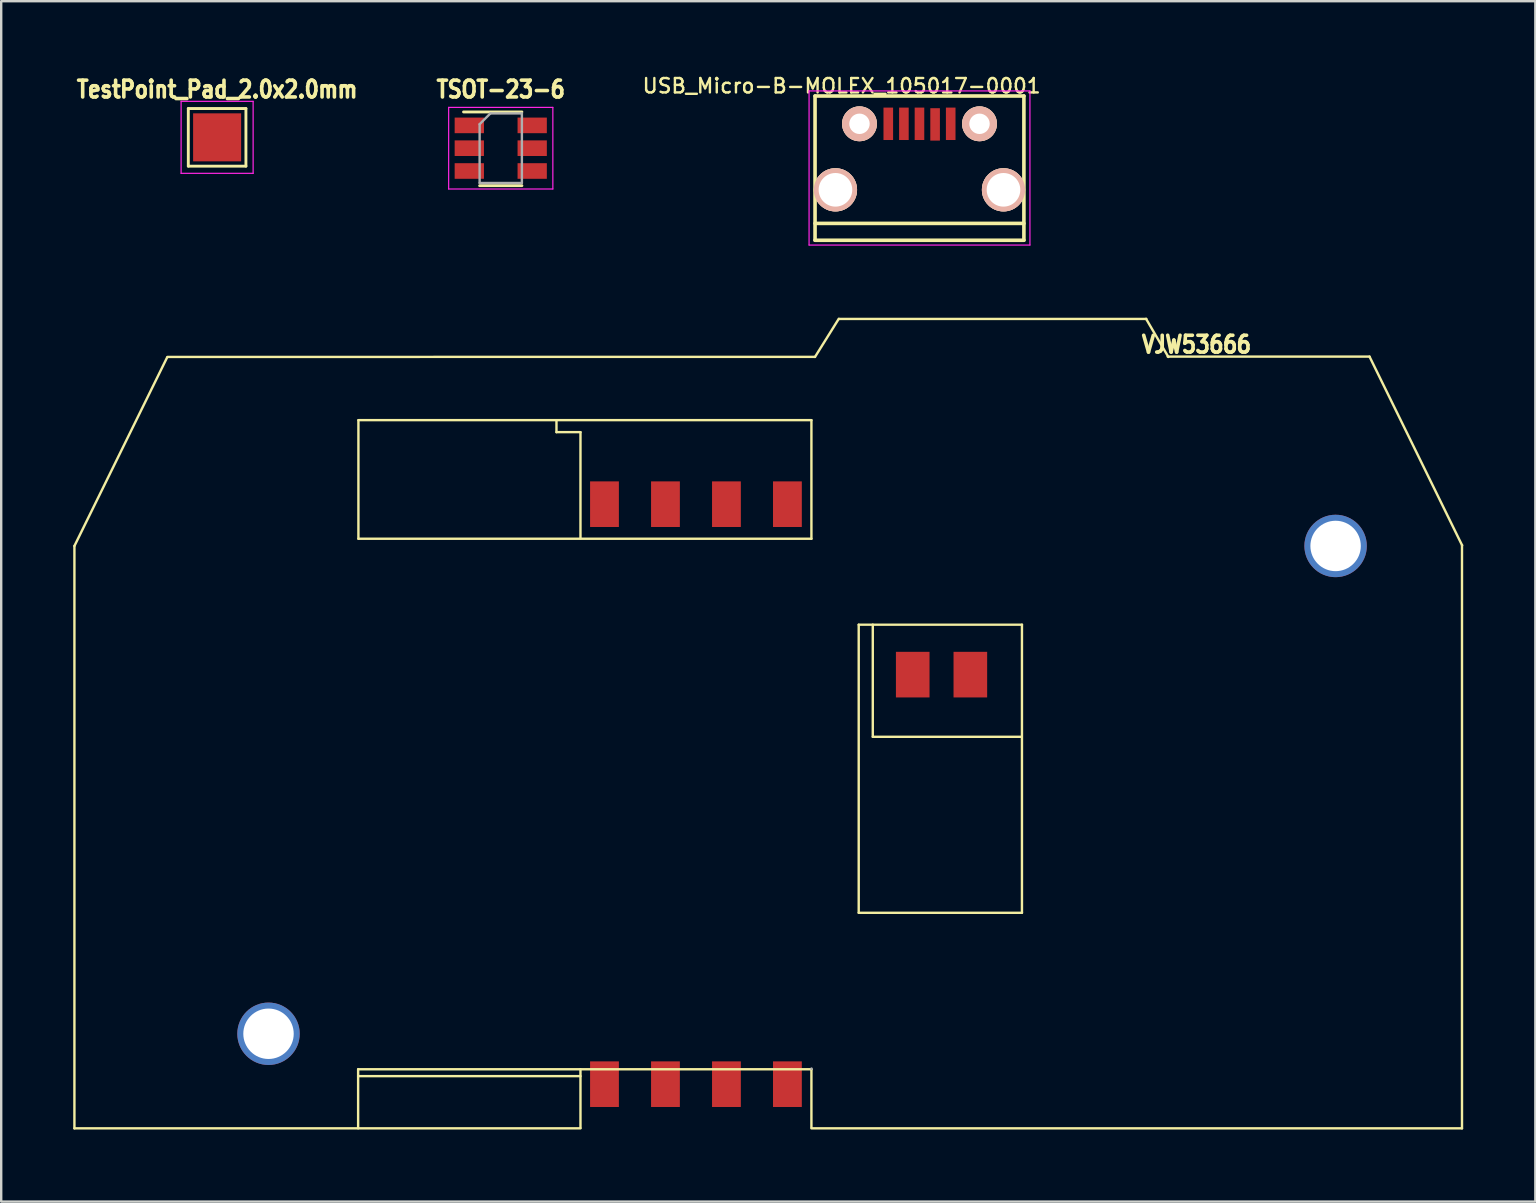
<source format=kicad_pcb>
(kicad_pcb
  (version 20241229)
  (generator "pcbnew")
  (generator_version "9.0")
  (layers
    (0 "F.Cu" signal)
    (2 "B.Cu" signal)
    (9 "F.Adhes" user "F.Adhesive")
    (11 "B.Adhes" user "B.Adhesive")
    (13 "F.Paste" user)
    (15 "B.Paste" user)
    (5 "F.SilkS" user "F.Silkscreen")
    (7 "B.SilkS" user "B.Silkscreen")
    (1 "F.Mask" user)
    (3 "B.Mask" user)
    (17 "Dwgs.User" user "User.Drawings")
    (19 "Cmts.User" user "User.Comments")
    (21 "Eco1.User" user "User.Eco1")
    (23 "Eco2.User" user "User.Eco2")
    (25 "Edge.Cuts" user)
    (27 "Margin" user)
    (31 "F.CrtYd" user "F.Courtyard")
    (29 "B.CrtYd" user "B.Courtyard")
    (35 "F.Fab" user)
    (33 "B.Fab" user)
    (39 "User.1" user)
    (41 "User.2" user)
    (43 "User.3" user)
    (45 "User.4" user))
  (footprint "USB_Micro-B-MOLEX_105017-0001"
    (layer "F.Cu")
    (at 35.252 4.807)
    (property "Reference" "USB_Micro-B-MOLEX_105017-0001" (at -3.245 -4.28 180) (layer "F.SilkS") (effects (font (size 0.6 0.6) (thickness 0.1))))
    (attr smd)
    (fp_line (start -4.351 -3.858) (end 4.349 -3.858) (stroke (width 0.15) (type solid)) (layer "F.SilkS"))
    (fp_line (start -4.351 2.15) (end -4.351 -3.858) (stroke (width 0.15) (type solid)) (layer "F.SilkS"))
    (fp_line (start -4.351 2.15) (end 4.349 2.15) (stroke (width 0.15) (type solid)) (layer "F.SilkS"))
    (fp_line (start 4.349 -3.858) (end 4.349 2.15) (stroke (width 0.15) (type solid)) (layer "F.SilkS"))
    (fp_line (start 4.349 1.45) (end -4.351 1.45) (stroke (width 0.15) (type solid)) (layer "F.SilkS"))
    (fp_line (start -4.6 -4.07) (end 4.6 -4.07) (stroke (width 0.05) (type solid)) (layer "F.CrtYd"))
    (fp_line (start -4.6 2.35) (end -4.6 -4.07) (stroke (width 0.05) (type solid)) (layer "F.CrtYd"))
    (fp_line (start 4.6 -4.07) (end 4.6 2.35) (stroke (width 0.05) (type solid)) (layer "F.CrtYd"))
    (fp_line (start 4.6 2.35) (end -4.6 2.35) (stroke (width 0.05) (type solid)) (layer "F.CrtYd"))
    (pad "1" smd rect (at -1.3 -2.7 90) (size 1.35 0.4) (layers "F.Cu" "F.Mask" "F.Paste"))
    (pad "2" smd rect (at -0.65 -2.7 90) (size 1.35 0.4) (layers "F.Cu" "F.Mask" "F.Paste"))
    (pad "3" smd rect (at -0.001 -2.7 90) (size 1.35 0.4) (layers "F.Cu" "F.Mask" "F.Paste"))
    (pad "4" smd rect (at 0.65 -2.675 90) (size 1.35 0.4) (layers "F.Cu" "F.Mask" "F.Paste"))
    (pad "5" smd rect (at 1.3 -2.7 90) (size 1.35 0.4) (layers "F.Cu" "F.Mask" "F.Paste"))
    (pad "6" thru_hole circle (at -3.501 0.05 90) (size 1.8 1.8) (drill 1.4) (layers "*.Cu" "*.SilkS" "*.Mask" "B.Paste"))
    (pad "6" thru_hole oval (at -2.5 -2.7 90) (size 1.45 1.45) (drill oval 0.85) (layers "*.Cu" "*.Paste" "*.SilkS" "*.Mask"))
    (pad "6" thru_hole oval (at 2.5 -2.7 90) (size 1.45 1.45) (drill oval 0.85) (layers "*.Cu" "*.Paste" "*.SilkS" "*.Mask"))
    (pad "6" thru_hole circle (at 3.499 0.05 90) (size 1.8 1.8) (drill 1.4) (layers "*.Cu" "*.SilkS" "*.Mask" "B.Paste")))
  (footprint "TSOT-23-6"
    (layer "F.Cu")
    (at 17.809 3.123)
    (property "Reference" "TSOT-23-6" (at 0 -2.45 0) (layer "F.SilkS") (effects (font (size 0.7 0.6) (thickness 0.15))))
    (attr smd)
    (fp_line (start -0.88 1.56) (end 0.88 1.56) (stroke (width 0.12) (type solid)) (layer "F.SilkS"))
    (fp_line (start 0.88 -1.51) (end -1.55 -1.51) (stroke (width 0.12) (type solid)) (layer "F.SilkS"))
    (fp_line (start -2.17 -1.7) (end -2.17 1.7) (stroke (width 0.05) (type solid)) (layer "F.CrtYd"))
    (fp_line (start -2.17 -1.7) (end 2.17 -1.7) (stroke (width 0.05) (type solid)) (layer "F.CrtYd"))
    (fp_line (start 2.17 1.7) (end -2.17 1.7) (stroke (width 0.05) (type solid)) (layer "F.CrtYd"))
    (fp_line (start 2.17 1.7) (end 2.17 -1.7) (stroke (width 0.05) (type solid)) (layer "F.CrtYd"))
    (fp_line (start -0.88 -1) (end -0.88 1.45) (stroke (width 0.1) (type solid)) (layer "F.Fab"))
    (fp_line (start -0.88 -1) (end -0.43 -1.45) (stroke (width 0.1) (type solid)) (layer "F.Fab"))
    (fp_line (start 0.88 -1.45) (end -0.43 -1.45) (stroke (width 0.1) (type solid)) (layer "F.Fab"))
    (fp_line (start 0.88 -1.45) (end 0.88 1.45) (stroke (width 0.1) (type solid)) (layer "F.Fab"))
    (fp_line (start 0.88 1.45) (end -0.88 1.45) (stroke (width 0.1) (type solid)) (layer "F.Fab"))
    (pad "1" smd rect (at -1.31 -0.95) (size 1.22 0.65) (layers "F.Cu" "F.Mask" "F.Paste"))
    (pad "2" smd rect (at -1.31 0) (size 1.22 0.65) (layers "F.Cu" "F.Mask" "F.Paste"))
    (pad "3" smd rect (at -1.31 0.95) (size 1.22 0.65) (layers "F.Cu" "F.Mask" "F.Paste"))
    (pad "4" smd rect (at 1.31 0.95) (size 1.22 0.65) (layers "F.Cu" "F.Mask" "F.Paste"))
    (pad "5" smd rect (at 1.31 0) (size 1.22 0.65) (layers "F.Cu" "F.Mask" "F.Paste"))
    (pad "6" smd rect (at 1.31 -0.95) (size 1.22 0.65) (layers "F.Cu" "F.Mask" "F.Paste")))
  (footprint "TestPoint_Pad_2.0x2.0mm"
    (layer "F.Cu")
    (at 5.994 2.671)
    (property "Reference" "TestPoint_Pad_2.0x2.0mm" (at 0 -1.998 0) (layer "F.SilkS") (effects (font (size 0.7 0.6) (thickness 0.15))))
    (attr exclude_from_pos_files exclude_from_bom)
    (fp_line (start -1.2 -1.2) (end 1.2 -1.2) (stroke (width 0.12) (type solid)) (layer "F.SilkS"))
    (fp_line (start -1.2 1.2) (end -1.2 -1.2) (stroke (width 0.12) (type solid)) (layer "F.SilkS"))
    (fp_line (start 1.2 -1.2) (end 1.2 1.2) (stroke (width 0.12) (type solid)) (layer "F.SilkS"))
    (fp_line (start 1.2 1.2) (end -1.2 1.2) (stroke (width 0.12) (type solid)) (layer "F.SilkS"))
    (fp_line (start -1.5 -1.5) (end -1.5 1.5) (stroke (width 0.05) (type solid)) (layer "F.CrtYd"))
    (fp_line (start -1.5 -1.5) (end 1.5 -1.5) (stroke (width 0.05) (type solid)) (layer "F.CrtYd"))
    (fp_line (start 1.5 1.5) (end -1.5 1.5) (stroke (width 0.05) (type solid)) (layer "F.CrtYd"))
    (fp_line (start 1.5 1.5) (end 1.5 -1.5) (stroke (width 0.05) (type solid)) (layer "F.CrtYd"))
    (pad "1" smd rect (at 0 0) (size 2 2) (layers "F.Cu" "F.Mask")))
  (footprint "VJW53666"
    (layer "F.Cu")
    (at 52.61 19.692)
    (property "Reference" "VJW53666" (at -5.819 -8.393 0) (layer "F.SilkS") (effects (font (size 0.7 0.6) (thickness 0.15))))
    (attr through_hole)
    (fp_line (start -52.56 0) (end -52.56 24.26) (stroke (width 0.1) (type solid)) (layer "F.SilkS"))
    (fp_line (start -52.559 -0.002) (end -48.695 -7.861) (stroke (width 0.1) (type solid)) (layer "F.SilkS"))
    (fp_line (start -40.742 21.793) (end -40.742 24.257) (stroke (width 0.1) (type solid)) (layer "F.SilkS"))
    (fp_line (start -40.742 22.085) (end -31.48 22.085) (stroke (width 0.1) (type solid)) (layer "F.SilkS"))
    (fp_line (start -40.73 -5.24) (end -40.73 -0.3) (stroke (width 0.1) (type solid)) (layer "F.SilkS"))
    (fp_line (start -32.48 -4.74) (end -32.48 -5.236) (stroke (width 0.1) (type solid)) (layer "F.SilkS"))
    (fp_line (start -31.48 -4.74) (end -32.48 -4.74) (stroke (width 0.1) (type solid)) (layer "F.SilkS"))
    (fp_line (start -31.48 -4.74) (end -31.48 -0.321) (stroke (width 0.1) (type solid)) (layer "F.SilkS"))
    (fp_line (start -31.48 21.8) (end -31.48 24.241) (stroke (width 0.1) (type solid)) (layer "F.SilkS"))
    (fp_line (start -31.48 24.26) (end -52.56 24.26) (stroke (width 0.1) (type solid)) (layer "F.SilkS"))
    (fp_line (start -21.86 -5.24) (end -40.73 -5.24) (stroke (width 0.1) (type solid)) (layer "F.SilkS"))
    (fp_line (start -21.86 -5.24) (end -21.86 -0.3) (stroke (width 0.1) (type solid)) (layer "F.SilkS"))
    (fp_line (start -21.86 -0.3) (end -40.73 -0.3) (stroke (width 0.1) (type solid)) (layer "F.SilkS"))
    (fp_line (start -21.86 21.8) (end -21.86 24.223) (stroke (width 0.1) (type solid)) (layer "F.SilkS"))
    (fp_line (start -21.86 21.8) (end -40.73 21.8) (stroke (width 0.1) (type solid)) (layer "F.SilkS"))
    (fp_line (start -21.71 -7.877) (end -48.682 -7.874) (stroke (width 0.1) (type solid)) (layer "F.SilkS"))
    (fp_line (start -20.721 -9.461) (end -21.712 -7.873) (stroke (width 0.1) (type solid)) (layer "F.SilkS"))
    (fp_line (start -19.89 3.28) (end -19.89 15.28) (stroke (width 0.1) (type solid)) (layer "F.SilkS"))
    (fp_line (start -19.304 3.277) (end -19.304 7.95) (stroke (width 0.1) (type solid)) (layer "F.SilkS"))
    (fp_line (start -19.304 7.95) (end -13.106 7.95) (stroke (width 0.1) (type solid)) (layer "F.SilkS"))
    (fp_line (start -13.09 3.28) (end -19.89 3.28) (stroke (width 0.1) (type solid)) (layer "F.SilkS"))
    (fp_line (start -13.09 3.28) (end -13.09 15.28) (stroke (width 0.1) (type solid)) (layer "F.SilkS"))
    (fp_line (start -13.09 15.28) (end -19.89 15.28) (stroke (width 0.1) (type solid)) (layer "F.SilkS"))
    (fp_line (start -7.92 -9.461) (end -6.992 -7.873) (stroke (width 0.1) (type solid)) (layer "F.SilkS"))
    (fp_line (start -7.91 -9.457) (end -20.71 -9.457) (stroke (width 0.1) (type solid)) (layer "F.SilkS"))
    (fp_line (start 1.388 -7.887) (end -7.018 -7.887) (stroke (width 0.1) (type solid)) (layer "F.SilkS"))
    (fp_line (start 5.24 -0.037) (end 5.24 24.26) (stroke (width 0.1) (type solid)) (layer "F.SilkS"))
    (fp_line (start 5.24 24.26) (end -21.86 24.26) (stroke (width 0.1) (type solid)) (layer "F.SilkS"))
    (fp_line (start 5.245 -0.025) (end 1.388 -7.887) (stroke (width 0.1) (type solid)) (layer "F.SilkS"))
    (fp_line (start -21.857 21.768) (end -21.857 21.78) (stroke (width 0.1) (type solid)) (layer "F.Fab"))
    (pad "" np_thru_hole circle (at -44.475 20.32 90) (size 2.6 2.6) (drill 2.1) (layers "*.Cu" "*.Mask"))
    (pad "" np_thru_hole circle (at -0.025 0 90) (size 2.6 2.6) (drill 2.1) (layers "*.Cu" "*.Mask"))
    (pad "C1" smd rect (at -30.48 -1.74 90) (size 1.9 1.2) (layers "F.Cu" "F.Mask" "F.Paste"))
    (pad "C2" smd rect (at -27.94 -1.74 90) (size 1.9 1.2) (layers "F.Cu" "F.Mask" "F.Paste"))
    (pad "C3" smd rect (at -25.4 -1.74 90) (size 1.9 1.2) (layers "F.Cu" "F.Mask" "F.Paste"))
    (pad "C4" smd rect (at -22.86 -1.74 90) (size 1.9 1.2) (layers "F.Cu" "F.Mask" "F.Paste"))
    (pad "C5" smd rect (at -30.48 22.42 90) (size 1.9 1.2) (layers "F.Cu" "F.Mask" "F.Paste"))
    (pad "C6" smd rect (at -27.94 22.42 90) (size 1.9 1.2) (layers "F.Cu" "F.Mask" "F.Paste"))
    (pad "C7" smd rect (at -25.4 22.42 90) (size 1.9 1.2) (layers "F.Cu" "F.Mask" "F.Paste"))
    (pad "C8" smd rect (at -22.86 22.42 90) (size 1.9 1.2) (layers "F.Cu" "F.Mask" "F.Paste"))
    (pad "SW1" smd rect (at -17.64 5.36 90) (size 1.9 1.4) (layers "F.Cu" "F.Mask" "F.Paste"))
    (pad "SW2" smd rect (at -15.24 5.36 90) (size 1.9 1.4) (layers "F.Cu" "F.Mask" "F.Paste")))
  (gr_rect
    (start -3 -3)
    (end 60.905 47.002)
    (stroke (width 0.1) (type default))
    (fill no)
    (layer "Edge.Cuts")))
</source>
